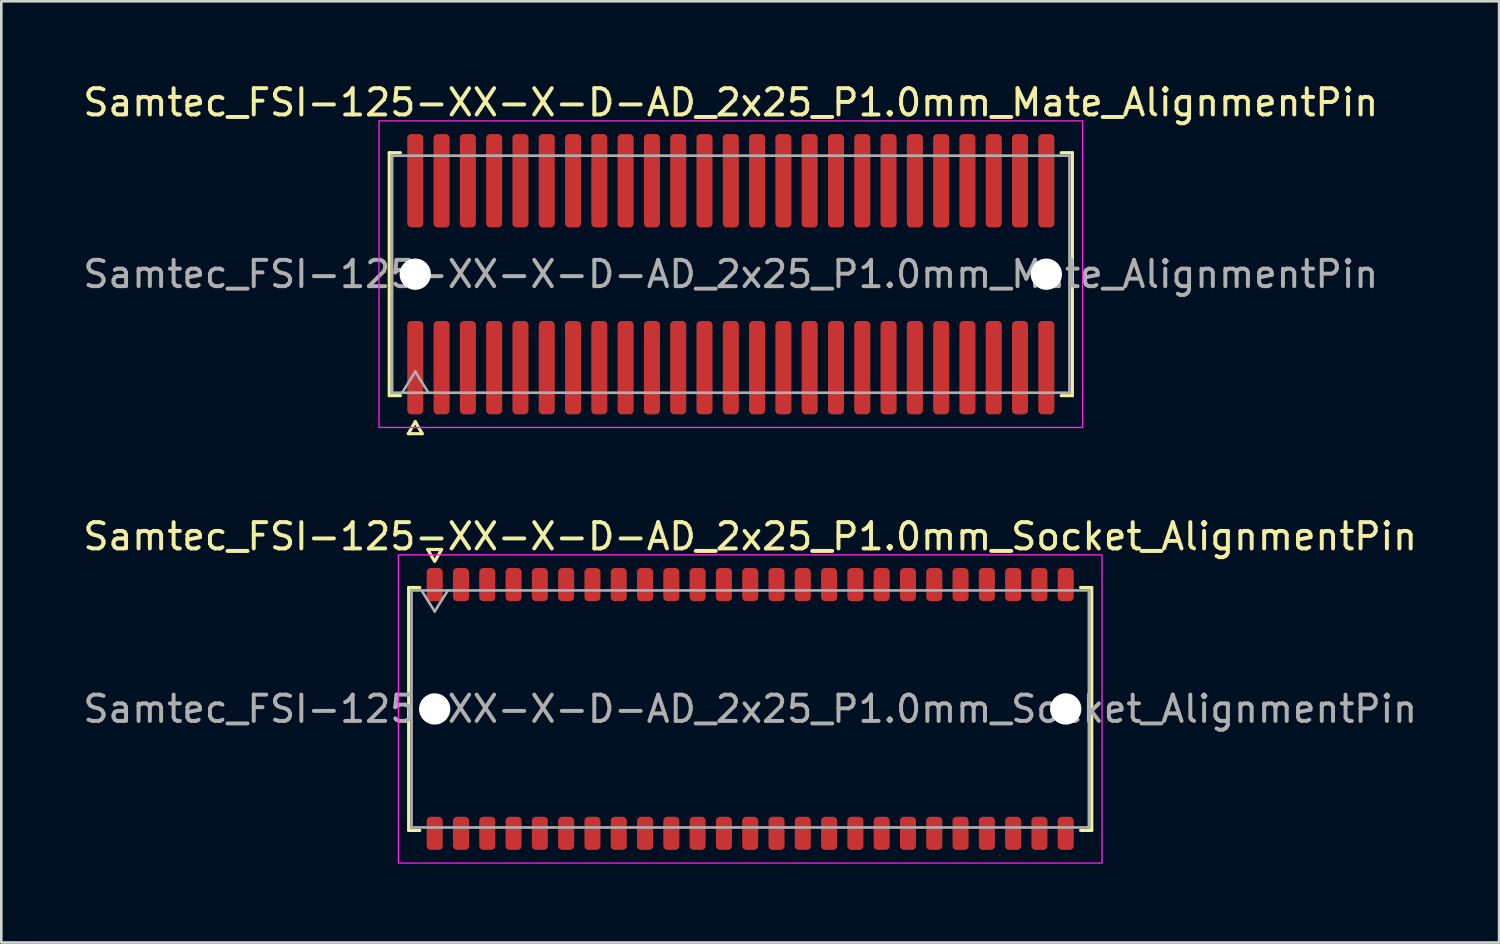
<source format=kicad_pcb>
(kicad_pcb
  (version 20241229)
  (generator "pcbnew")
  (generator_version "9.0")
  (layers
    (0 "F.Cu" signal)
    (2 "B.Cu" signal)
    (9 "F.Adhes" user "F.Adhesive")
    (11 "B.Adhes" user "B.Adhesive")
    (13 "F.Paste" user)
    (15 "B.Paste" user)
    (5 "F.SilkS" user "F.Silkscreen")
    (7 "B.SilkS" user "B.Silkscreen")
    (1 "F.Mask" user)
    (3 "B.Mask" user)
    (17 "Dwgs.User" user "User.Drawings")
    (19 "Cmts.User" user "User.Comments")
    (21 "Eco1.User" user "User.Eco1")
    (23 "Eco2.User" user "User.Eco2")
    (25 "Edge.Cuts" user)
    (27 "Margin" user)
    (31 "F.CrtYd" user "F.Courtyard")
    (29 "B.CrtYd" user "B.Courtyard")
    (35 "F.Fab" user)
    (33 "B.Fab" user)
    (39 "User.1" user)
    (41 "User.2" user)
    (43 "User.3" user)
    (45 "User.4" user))
  (footprint "Samtec_FSI-125-XX-X-D-AD_2x25_P1.0mm_Socket_AlignmentPin"
    (layer "F.Cu")
    (at 25.482 23.913)
    (property "Reference" "Samtec_FSI-125-XX-X-D-AD_2x25_P1.0mm_Socket_AlignmentPin" (at 0 -6.56 0) (layer "F.SilkS") (effects (font (size 1 1) (thickness 0.15))))
    (attr smd)
    (fp_line (start -12.99 -4.619) (end -12.565 -4.619) (stroke (width 0.12) (type solid)) (layer "F.SilkS"))
    (fp_line (start -12.99 4.619) (end -12.99 -4.619) (stroke (width 0.12) (type solid)) (layer "F.SilkS"))
    (fp_line (start -12.565 4.619) (end -12.99 4.619) (stroke (width 0.12) (type solid)) (layer "F.SilkS"))
    (fp_line (start -12.264 -6.066) (end -12.007 -5.62) (stroke (width 0.12) (type solid)) (layer "F.SilkS"))
    (fp_line (start -11.993 -5.62) (end -11.736 -6.066) (stroke (width 0.12) (type solid)) (layer "F.SilkS"))
    (fp_line (start -11.736 -6.066) (end -12.264 -6.066) (stroke (width 0.12) (type solid)) (layer "F.SilkS"))
    (fp_line (start 12.565 -4.619) (end 12.99 -4.619) (stroke (width 0.12) (type solid)) (layer "F.SilkS"))
    (fp_line (start 12.99 -4.619) (end 12.99 4.619) (stroke (width 0.12) (type solid)) (layer "F.SilkS"))
    (fp_line (start 12.99 4.619) (end 12.565 4.619) (stroke (width 0.12) (type solid)) (layer "F.SilkS"))
    (fp_rect (start -13.38 -5.86) (end 13.38 5.86) (stroke (width 0.05) (type solid)) (fill no) (layer "F.CrtYd"))
    (fp_line (start -12.88 -4.508) (end 12.88 -4.508) (stroke (width 0.1) (type solid)) (layer "F.Fab"))
    (fp_line (start -12.88 4.508) (end -12.88 -4.508) (stroke (width 0.1) (type solid)) (layer "F.Fab"))
    (fp_line (start -12.5 -4.508) (end -12 -3.708) (stroke (width 0.1) (type solid)) (layer "F.Fab"))
    (fp_line (start -12 -3.708) (end -11.5 -4.508) (stroke (width 0.1) (type solid)) (layer "F.Fab"))
    (fp_line (start 12.88 -4.508) (end 12.88 4.508) (stroke (width 0.1) (type solid)) (layer "F.Fab"))
    (fp_line (start 12.88 4.508) (end -12.88 4.508) (stroke (width 0.1) (type solid)) (layer "F.Fab"))
    (fp_text user "${REFERENCE}" (at 0 0 0) (layer "F.Fab") (effects (font (size 1 1) (thickness 0.15))))
    (pad "" np_thru_hole circle (at -12 0) (size 1.19 1.19) (drill 1.19) (layers "*.Cu" "*.Mask"))
    (pad "" np_thru_hole circle (at 12 0) (size 1.19 1.19) (drill 1.19) (layers "*.Cu" "*.Mask"))
    (pad "1" smd roundrect (at -12 -4.73) (size 0.61 1.26) (layers "F.Cu" "F.Mask" "F.Paste") (roundrect_rratio 0.25))
    (pad "2" smd roundrect (at -12 4.73) (size 0.61 1.26) (layers "F.Cu" "F.Mask" "F.Paste") (roundrect_rratio 0.25))
    (pad "3" smd roundrect (at -11 -4.73) (size 0.61 1.26) (layers "F.Cu" "F.Mask" "F.Paste") (roundrect_rratio 0.25))
    (pad "4" smd roundrect (at -11 4.73) (size 0.61 1.26) (layers "F.Cu" "F.Mask" "F.Paste") (roundrect_rratio 0.25))
    (pad "5" smd roundrect (at -10 -4.73) (size 0.61 1.26) (layers "F.Cu" "F.Mask" "F.Paste") (roundrect_rratio 0.25))
    (pad "6" smd roundrect (at -10 4.73) (size 0.61 1.26) (layers "F.Cu" "F.Mask" "F.Paste") (roundrect_rratio 0.25))
    (pad "7" smd roundrect (at -9 -4.73) (size 0.61 1.26) (layers "F.Cu" "F.Mask" "F.Paste") (roundrect_rratio 0.25))
    (pad "8" smd roundrect (at -9 4.73) (size 0.61 1.26) (layers "F.Cu" "F.Mask" "F.Paste") (roundrect_rratio 0.25))
    (pad "9" smd roundrect (at -8 -4.73) (size 0.61 1.26) (layers "F.Cu" "F.Mask" "F.Paste") (roundrect_rratio 0.25))
    (pad "10" smd roundrect (at -8 4.73) (size 0.61 1.26) (layers "F.Cu" "F.Mask" "F.Paste") (roundrect_rratio 0.25))
    (pad "11" smd roundrect (at -7 -4.73) (size 0.61 1.26) (layers "F.Cu" "F.Mask" "F.Paste") (roundrect_rratio 0.25))
    (pad "12" smd roundrect (at -7 4.73) (size 0.61 1.26) (layers "F.Cu" "F.Mask" "F.Paste") (roundrect_rratio 0.25))
    (pad "13" smd roundrect (at -6 -4.73) (size 0.61 1.26) (layers "F.Cu" "F.Mask" "F.Paste") (roundrect_rratio 0.25))
    (pad "14" smd roundrect (at -6 4.73) (size 0.61 1.26) (layers "F.Cu" "F.Mask" "F.Paste") (roundrect_rratio 0.25))
    (pad "15" smd roundrect (at -5 -4.73) (size 0.61 1.26) (layers "F.Cu" "F.Mask" "F.Paste") (roundrect_rratio 0.25))
    (pad "16" smd roundrect (at -5 4.73) (size 0.61 1.26) (layers "F.Cu" "F.Mask" "F.Paste") (roundrect_rratio 0.25))
    (pad "17" smd roundrect (at -4 -4.73) (size 0.61 1.26) (layers "F.Cu" "F.Mask" "F.Paste") (roundrect_rratio 0.25))
    (pad "18" smd roundrect (at -4 4.73) (size 0.61 1.26) (layers "F.Cu" "F.Mask" "F.Paste") (roundrect_rratio 0.25))
    (pad "19" smd roundrect (at -3 -4.73) (size 0.61 1.26) (layers "F.Cu" "F.Mask" "F.Paste") (roundrect_rratio 0.25))
    (pad "20" smd roundrect (at -3 4.73) (size 0.61 1.26) (layers "F.Cu" "F.Mask" "F.Paste") (roundrect_rratio 0.25))
    (pad "21" smd roundrect (at -2 -4.73) (size 0.61 1.26) (layers "F.Cu" "F.Mask" "F.Paste") (roundrect_rratio 0.25))
    (pad "22" smd roundrect (at -2 4.73) (size 0.61 1.26) (layers "F.Cu" "F.Mask" "F.Paste") (roundrect_rratio 0.25))
    (pad "23" smd roundrect (at -1 -4.73) (size 0.61 1.26) (layers "F.Cu" "F.Mask" "F.Paste") (roundrect_rratio 0.25))
    (pad "24" smd roundrect (at -1 4.73) (size 0.61 1.26) (layers "F.Cu" "F.Mask" "F.Paste") (roundrect_rratio 0.25))
    (pad "25" smd roundrect (at 0 -4.73) (size 0.61 1.26) (layers "F.Cu" "F.Mask" "F.Paste") (roundrect_rratio 0.25))
    (pad "26" smd roundrect (at 0 4.73) (size 0.61 1.26) (layers "F.Cu" "F.Mask" "F.Paste") (roundrect_rratio 0.25))
    (pad "27" smd roundrect (at 1 -4.73) (size 0.61 1.26) (layers "F.Cu" "F.Mask" "F.Paste") (roundrect_rratio 0.25))
    (pad "28" smd roundrect (at 1 4.73) (size 0.61 1.26) (layers "F.Cu" "F.Mask" "F.Paste") (roundrect_rratio 0.25))
    (pad "29" smd roundrect (at 2 -4.73) (size 0.61 1.26) (layers "F.Cu" "F.Mask" "F.Paste") (roundrect_rratio 0.25))
    (pad "30" smd roundrect (at 2 4.73) (size 0.61 1.26) (layers "F.Cu" "F.Mask" "F.Paste") (roundrect_rratio 0.25))
    (pad "31" smd roundrect (at 3 -4.73) (size 0.61 1.26) (layers "F.Cu" "F.Mask" "F.Paste") (roundrect_rratio 0.25))
    (pad "32" smd roundrect (at 3 4.73) (size 0.61 1.26) (layers "F.Cu" "F.Mask" "F.Paste") (roundrect_rratio 0.25))
    (pad "33" smd roundrect (at 4 -4.73) (size 0.61 1.26) (layers "F.Cu" "F.Mask" "F.Paste") (roundrect_rratio 0.25))
    (pad "34" smd roundrect (at 4 4.73) (size 0.61 1.26) (layers "F.Cu" "F.Mask" "F.Paste") (roundrect_rratio 0.25))
    (pad "35" smd roundrect (at 5 -4.73) (size 0.61 1.26) (layers "F.Cu" "F.Mask" "F.Paste") (roundrect_rratio 0.25))
    (pad "36" smd roundrect (at 5 4.73) (size 0.61 1.26) (layers "F.Cu" "F.Mask" "F.Paste") (roundrect_rratio 0.25))
    (pad "37" smd roundrect (at 6 -4.73) (size 0.61 1.26) (layers "F.Cu" "F.Mask" "F.Paste") (roundrect_rratio 0.25))
    (pad "38" smd roundrect (at 6 4.73) (size 0.61 1.26) (layers "F.Cu" "F.Mask" "F.Paste") (roundrect_rratio 0.25))
    (pad "39" smd roundrect (at 7 -4.73) (size 0.61 1.26) (layers "F.Cu" "F.Mask" "F.Paste") (roundrect_rratio 0.25))
    (pad "40" smd roundrect (at 7 4.73) (size 0.61 1.26) (layers "F.Cu" "F.Mask" "F.Paste") (roundrect_rratio 0.25))
    (pad "41" smd roundrect (at 8 -4.73) (size 0.61 1.26) (layers "F.Cu" "F.Mask" "F.Paste") (roundrect_rratio 0.25))
    (pad "42" smd roundrect (at 8 4.73) (size 0.61 1.26) (layers "F.Cu" "F.Mask" "F.Paste") (roundrect_rratio 0.25))
    (pad "43" smd roundrect (at 9 -4.73) (size 0.61 1.26) (layers "F.Cu" "F.Mask" "F.Paste") (roundrect_rratio 0.25))
    (pad "44" smd roundrect (at 9 4.73) (size 0.61 1.26) (layers "F.Cu" "F.Mask" "F.Paste") (roundrect_rratio 0.25))
    (pad "45" smd roundrect (at 10 -4.73) (size 0.61 1.26) (layers "F.Cu" "F.Mask" "F.Paste") (roundrect_rratio 0.25))
    (pad "46" smd roundrect (at 10 4.73) (size 0.61 1.26) (layers "F.Cu" "F.Mask" "F.Paste") (roundrect_rratio 0.25))
    (pad "47" smd roundrect (at 11 -4.73) (size 0.61 1.26) (layers "F.Cu" "F.Mask" "F.Paste") (roundrect_rratio 0.25))
    (pad "48" smd roundrect (at 11 4.73) (size 0.61 1.26) (layers "F.Cu" "F.Mask" "F.Paste") (roundrect_rratio 0.25))
    (pad "49" smd roundrect (at 12 -4.73) (size 0.61 1.26) (layers "F.Cu" "F.Mask" "F.Paste") (roundrect_rratio 0.25))
    (pad "50" smd roundrect (at 12 4.73) (size 0.61 1.26) (layers "F.Cu" "F.Mask" "F.Paste") (roundrect_rratio 0.25)))
  (footprint "Samtec_FSI-125-XX-X-D-AD_2x25_P1.0mm_Mate_AlignmentPin"
    (layer "F.Cu")
    (at 24.744 7.378)
    (property "Reference" "Samtec_FSI-125-XX-X-D-AD_2x25_P1.0mm_Mate_AlignmentPin" (at 0 -6.53 0) (layer "F.SilkS") (effects (font (size 1 1) (thickness 0.15))))
    (attr exclude_from_pos_files exclude_from_bom)
    (fp_line (start -12.99 -4.619) (end -12.565 -4.619) (stroke (width 0.12) (type solid)) (layer "F.SilkS"))
    (fp_line (start -12.99 4.619) (end -12.99 -4.619) (stroke (width 0.12) (type solid)) (layer "F.SilkS"))
    (fp_line (start -12.565 4.619) (end -12.99 4.619) (stroke (width 0.12) (type solid)) (layer "F.SilkS"))
    (fp_line (start -12.264 6.066) (end -12 5.609) (stroke (width 0.12) (type solid)) (layer "F.SilkS"))
    (fp_line (start -12 5.609) (end -11.736 6.066) (stroke (width 0.12) (type solid)) (layer "F.SilkS"))
    (fp_line (start -11.736 6.066) (end -12.264 6.066) (stroke (width 0.12) (type solid)) (layer "F.SilkS"))
    (fp_line (start 12.565 -4.619) (end 12.99 -4.619) (stroke (width 0.12) (type solid)) (layer "F.SilkS"))
    (fp_line (start 12.99 -4.619) (end 12.99 4.619) (stroke (width 0.12) (type solid)) (layer "F.SilkS"))
    (fp_line (start 12.99 4.619) (end 12.565 4.619) (stroke (width 0.12) (type solid)) (layer "F.SilkS"))
    (fp_rect (start -13.38 -5.83) (end 13.38 5.83) (stroke (width 0.05) (type solid)) (fill no) (layer "F.CrtYd"))
    (fp_line (start -12.88 -4.508) (end 12.88 -4.508) (stroke (width 0.1) (type solid)) (layer "F.Fab"))
    (fp_line (start -12.88 4.508) (end -12.88 -4.508) (stroke (width 0.1) (type solid)) (layer "F.Fab"))
    (fp_line (start -12.5 4.508) (end -12 3.708) (stroke (width 0.1) (type solid)) (layer "F.Fab"))
    (fp_line (start -12 3.708) (end -11.5 4.508) (stroke (width 0.1) (type solid)) (layer "F.Fab"))
    (fp_line (start 12.88 -4.508) (end 12.88 4.508) (stroke (width 0.1) (type solid)) (layer "F.Fab"))
    (fp_line (start 12.88 4.508) (end -12.88 4.508) (stroke (width 0.1) (type solid)) (layer "F.Fab"))
    (fp_text user "${REFERENCE}" (at 0 0 0) (layer "F.Fab") (effects (font (size 1 1) (thickness 0.15))))
    (pad "" np_thru_hole circle (at -12 0) (size 1.19 1.19) (drill 1.19) (layers "*.Cu" "*.Mask"))
    (pad "" np_thru_hole circle (at 12 0) (size 1.19 1.19) (drill 1.19) (layers "*.Cu" "*.Mask"))
    (pad "1" smd roundrect (at -12 3.555) (size 0.61 3.55) (layers "F.Cu" "F.Mask") (roundrect_rratio 0.25))
    (pad "2" smd roundrect (at -12 -3.555) (size 0.61 3.55) (layers "F.Cu" "F.Mask") (roundrect_rratio 0.25))
    (pad "3" smd roundrect (at -11 3.555) (size 0.61 3.55) (layers "F.Cu" "F.Mask") (roundrect_rratio 0.25))
    (pad "4" smd roundrect (at -11 -3.555) (size 0.61 3.55) (layers "F.Cu" "F.Mask") (roundrect_rratio 0.25))
    (pad "5" smd roundrect (at -10 3.555) (size 0.61 3.55) (layers "F.Cu" "F.Mask") (roundrect_rratio 0.25))
    (pad "6" smd roundrect (at -10 -3.555) (size 0.61 3.55) (layers "F.Cu" "F.Mask") (roundrect_rratio 0.25))
    (pad "7" smd roundrect (at -9 3.555) (size 0.61 3.55) (layers "F.Cu" "F.Mask") (roundrect_rratio 0.25))
    (pad "8" smd roundrect (at -9 -3.555) (size 0.61 3.55) (layers "F.Cu" "F.Mask") (roundrect_rratio 0.25))
    (pad "9" smd roundrect (at -8 3.555) (size 0.61 3.55) (layers "F.Cu" "F.Mask") (roundrect_rratio 0.25))
    (pad "10" smd roundrect (at -8 -3.555) (size 0.61 3.55) (layers "F.Cu" "F.Mask") (roundrect_rratio 0.25))
    (pad "11" smd roundrect (at -7 3.555) (size 0.61 3.55) (layers "F.Cu" "F.Mask") (roundrect_rratio 0.25))
    (pad "12" smd roundrect (at -7 -3.555) (size 0.61 3.55) (layers "F.Cu" "F.Mask") (roundrect_rratio 0.25))
    (pad "13" smd roundrect (at -6 3.555) (size 0.61 3.55) (layers "F.Cu" "F.Mask") (roundrect_rratio 0.25))
    (pad "14" smd roundrect (at -6 -3.555) (size 0.61 3.55) (layers "F.Cu" "F.Mask") (roundrect_rratio 0.25))
    (pad "15" smd roundrect (at -5 3.555) (size 0.61 3.55) (layers "F.Cu" "F.Mask") (roundrect_rratio 0.25))
    (pad "16" smd roundrect (at -5 -3.555) (size 0.61 3.55) (layers "F.Cu" "F.Mask") (roundrect_rratio 0.25))
    (pad "17" smd roundrect (at -4 3.555) (size 0.61 3.55) (layers "F.Cu" "F.Mask") (roundrect_rratio 0.25))
    (pad "18" smd roundrect (at -4 -3.555) (size 0.61 3.55) (layers "F.Cu" "F.Mask") (roundrect_rratio 0.25))
    (pad "19" smd roundrect (at -3 3.555) (size 0.61 3.55) (layers "F.Cu" "F.Mask") (roundrect_rratio 0.25))
    (pad "20" smd roundrect (at -3 -3.555) (size 0.61 3.55) (layers "F.Cu" "F.Mask") (roundrect_rratio 0.25))
    (pad "21" smd roundrect (at -2 3.555) (size 0.61 3.55) (layers "F.Cu" "F.Mask") (roundrect_rratio 0.25))
    (pad "22" smd roundrect (at -2 -3.555) (size 0.61 3.55) (layers "F.Cu" "F.Mask") (roundrect_rratio 0.25))
    (pad "23" smd roundrect (at -1 3.555) (size 0.61 3.55) (layers "F.Cu" "F.Mask") (roundrect_rratio 0.25))
    (pad "24" smd roundrect (at -1 -3.555) (size 0.61 3.55) (layers "F.Cu" "F.Mask") (roundrect_rratio 0.25))
    (pad "25" smd roundrect (at 0 3.555) (size 0.61 3.55) (layers "F.Cu" "F.Mask") (roundrect_rratio 0.25))
    (pad "26" smd roundrect (at 0 -3.555) (size 0.61 3.55) (layers "F.Cu" "F.Mask") (roundrect_rratio 0.25))
    (pad "27" smd roundrect (at 1 3.555) (size 0.61 3.55) (layers "F.Cu" "F.Mask") (roundrect_rratio 0.25))
    (pad "28" smd roundrect (at 1 -3.555) (size 0.61 3.55) (layers "F.Cu" "F.Mask") (roundrect_rratio 0.25))
    (pad "29" smd roundrect (at 2 3.555) (size 0.61 3.55) (layers "F.Cu" "F.Mask") (roundrect_rratio 0.25))
    (pad "30" smd roundrect (at 2 -3.555) (size 0.61 3.55) (layers "F.Cu" "F.Mask") (roundrect_rratio 0.25))
    (pad "31" smd roundrect (at 3 3.555) (size 0.61 3.55) (layers "F.Cu" "F.Mask") (roundrect_rratio 0.25))
    (pad "32" smd roundrect (at 3 -3.555) (size 0.61 3.55) (layers "F.Cu" "F.Mask") (roundrect_rratio 0.25))
    (pad "33" smd roundrect (at 4 3.555) (size 0.61 3.55) (layers "F.Cu" "F.Mask") (roundrect_rratio 0.25))
    (pad "34" smd roundrect (at 4 -3.555) (size 0.61 3.55) (layers "F.Cu" "F.Mask") (roundrect_rratio 0.25))
    (pad "35" smd roundrect (at 5 3.555) (size 0.61 3.55) (layers "F.Cu" "F.Mask") (roundrect_rratio 0.25))
    (pad "36" smd roundrect (at 5 -3.555) (size 0.61 3.55) (layers "F.Cu" "F.Mask") (roundrect_rratio 0.25))
    (pad "37" smd roundrect (at 6 3.555) (size 0.61 3.55) (layers "F.Cu" "F.Mask") (roundrect_rratio 0.25))
    (pad "38" smd roundrect (at 6 -3.555) (size 0.61 3.55) (layers "F.Cu" "F.Mask") (roundrect_rratio 0.25))
    (pad "39" smd roundrect (at 7 3.555) (size 0.61 3.55) (layers "F.Cu" "F.Mask") (roundrect_rratio 0.25))
    (pad "40" smd roundrect (at 7 -3.555) (size 0.61 3.55) (layers "F.Cu" "F.Mask") (roundrect_rratio 0.25))
    (pad "41" smd roundrect (at 8 3.555) (size 0.61 3.55) (layers "F.Cu" "F.Mask") (roundrect_rratio 0.25))
    (pad "42" smd roundrect (at 8 -3.555) (size 0.61 3.55) (layers "F.Cu" "F.Mask") (roundrect_rratio 0.25))
    (pad "43" smd roundrect (at 9 3.555) (size 0.61 3.55) (layers "F.Cu" "F.Mask") (roundrect_rratio 0.25))
    (pad "44" smd roundrect (at 9 -3.555) (size 0.61 3.55) (layers "F.Cu" "F.Mask") (roundrect_rratio 0.25))
    (pad "45" smd roundrect (at 10 3.555) (size 0.61 3.55) (layers "F.Cu" "F.Mask") (roundrect_rratio 0.25))
    (pad "46" smd roundrect (at 10 -3.555) (size 0.61 3.55) (layers "F.Cu" "F.Mask") (roundrect_rratio 0.25))
    (pad "47" smd roundrect (at 11 3.555) (size 0.61 3.55) (layers "F.Cu" "F.Mask") (roundrect_rratio 0.25))
    (pad "48" smd roundrect (at 11 -3.555) (size 0.61 3.55) (layers "F.Cu" "F.Mask") (roundrect_rratio 0.25))
    (pad "49" smd roundrect (at 12 3.555) (size 0.61 3.55) (layers "F.Cu" "F.Mask") (roundrect_rratio 0.25))
    (pad "50" smd roundrect (at 12 -3.555) (size 0.61 3.55) (layers "F.Cu" "F.Mask") (roundrect_rratio 0.25)))
  (gr_rect
    (start -3 -3)
    (end 53.964 32.797)
    (stroke (width 0.1) (type default))
    (fill no)
    (layer "Edge.Cuts")))
</source>
